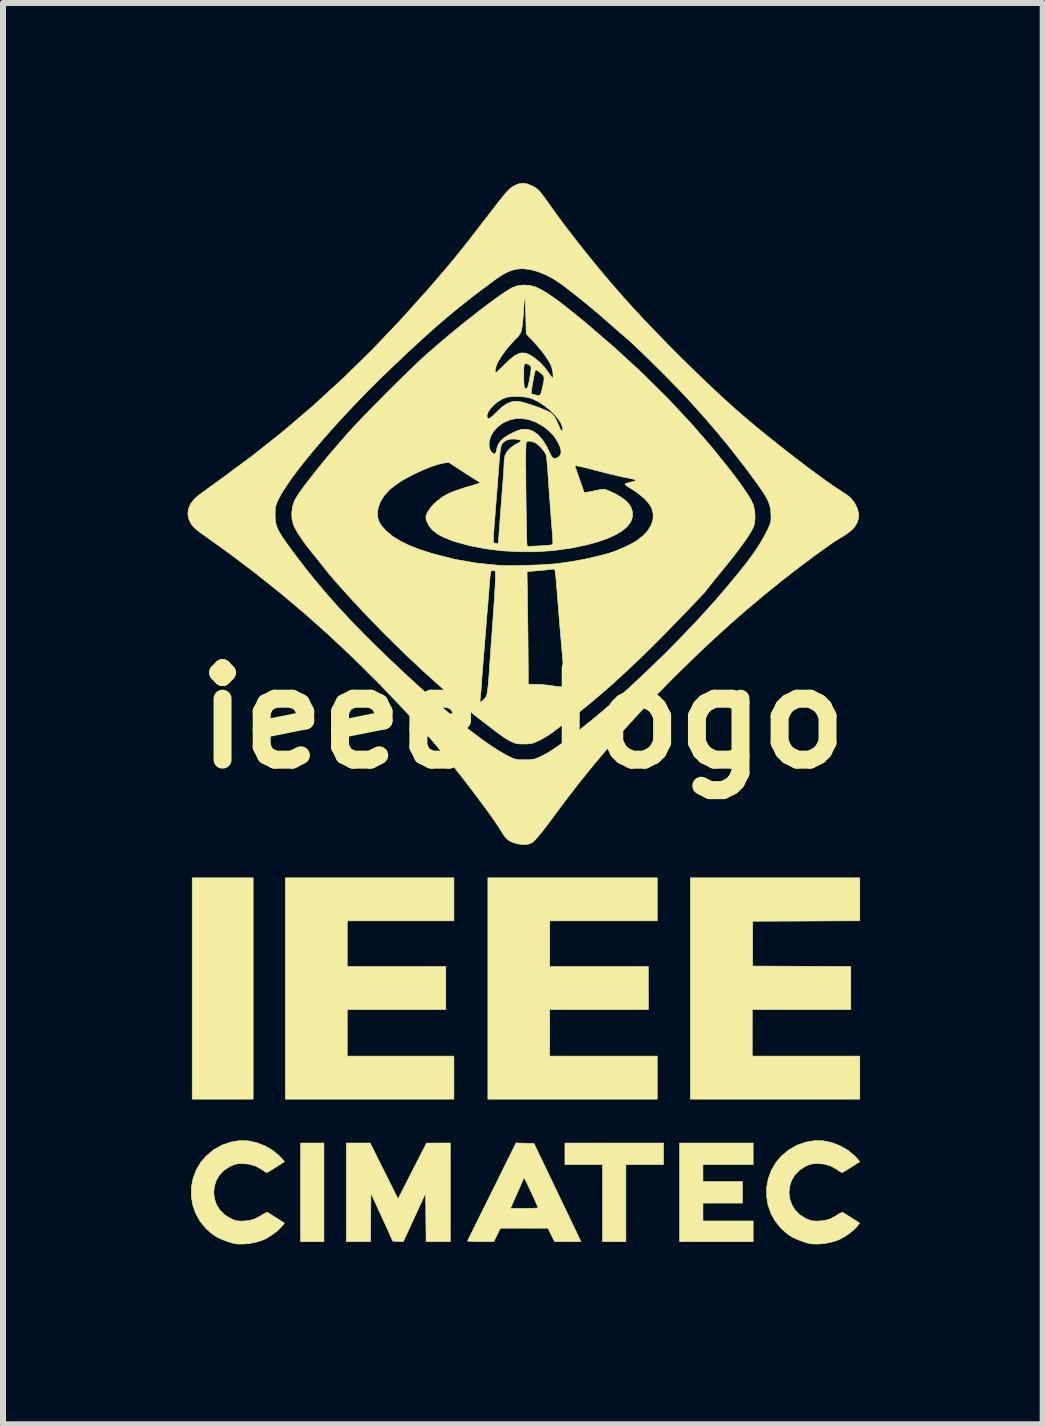
<source format=kicad_pcb>
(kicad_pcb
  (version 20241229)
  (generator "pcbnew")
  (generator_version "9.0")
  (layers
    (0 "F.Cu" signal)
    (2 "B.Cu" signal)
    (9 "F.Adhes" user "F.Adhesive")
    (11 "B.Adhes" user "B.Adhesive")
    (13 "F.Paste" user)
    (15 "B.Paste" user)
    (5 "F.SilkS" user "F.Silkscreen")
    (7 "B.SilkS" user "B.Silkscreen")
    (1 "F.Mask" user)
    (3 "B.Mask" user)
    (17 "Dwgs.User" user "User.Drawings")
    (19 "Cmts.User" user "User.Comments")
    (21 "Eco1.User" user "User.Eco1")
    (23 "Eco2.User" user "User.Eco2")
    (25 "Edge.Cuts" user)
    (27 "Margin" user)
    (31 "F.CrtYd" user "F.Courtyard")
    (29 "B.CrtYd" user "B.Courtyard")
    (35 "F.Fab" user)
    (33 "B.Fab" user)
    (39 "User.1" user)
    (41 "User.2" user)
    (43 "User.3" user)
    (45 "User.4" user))
  (footprint "ieee_logo"
    (layer "F.Cu")
    (at 5.668 8.927)
    (property "Reference" "ieee_logo" (at 0 0 0) (layer "F.SilkS") (effects (font (size 1.524 1.524) (thickness 0.3))))
    (attr through_hole)
    (fp_poly (pts (xy -4.497 6.35) (xy -5.513 6.35) (xy -5.513 2.66) (xy -4.497 2.66) (xy -4.497 6.35)) (stroke (width 0.01) (type solid)) (fill yes) (layer "F.SilkS"))
    (fp_poly (pts (xy -3.317 8.726) (xy -3.705 8.726) (xy -3.705 7.082) (xy -3.317 7.082) (xy -3.317 8.726)) (stroke (width 0.01) (type solid)) (fill yes) (layer "F.SilkS"))
    (fp_poly (pts (xy 2.346 7.441) (xy 1.718 7.441) (xy 1.718 8.726) (xy 1.33 8.726) (xy 1.33 7.441) (xy 0.702 7.441) (xy 0.702 7.082) (xy 2.346 7.082) (xy 2.346 7.441)) (stroke (width 0.01) (type solid)) (fill yes) (layer "F.SilkS"))
    (fp_poly (pts (xy -1.15 3.377) (xy -2.928 3.377) (xy -2.928 4.139) (xy -1.285 4.139) (xy -1.285 4.856) (xy -2.928 4.856) (xy -2.928 5.633) (xy -1.15 5.633) (xy -1.15 6.35) (xy -3.959 6.35) (xy -3.959 2.66) (xy -1.15 2.66) (xy -1.15 3.377)) (stroke (width 0.01) (type solid)) (fill yes) (layer "F.SilkS"))
    (fp_poly (pts (xy 2.241 3.377) (xy 0.448 3.377) (xy 0.448 4.139) (xy 2.092 4.139) (xy 2.092 4.856) (xy 0.448 4.856) (xy 0.448 5.633) (xy 2.241 5.633) (xy 2.241 6.35) (xy -0.583 6.35) (xy -0.583 2.66) (xy 2.241 2.66) (xy 2.241 3.377)) (stroke (width 0.01) (type solid)) (fill yes) (layer "F.SilkS"))
    (fp_poly (pts (xy 3.84 7.441) (xy 3.003 7.441) (xy 3.003 7.725) (xy 3.661 7.725) (xy 3.661 8.083) (xy 3.003 8.083) (xy 3.003 8.382) (xy 3.84 8.382) (xy 3.84 8.726) (xy 2.615 8.726) (xy 2.615 7.082) (xy 3.84 7.082) (xy 3.84 7.441)) (stroke (width 0.01) (type solid)) (fill yes) (layer "F.SilkS"))
    (fp_poly (pts (xy 5.618 3.376) (xy 4.725 3.38) (xy 3.832 3.384) (xy 3.832 4.131) (xy 4.65 4.135) (xy 5.468 4.139) (xy 5.468 4.856) (xy 3.825 4.856) (xy 3.825 5.633) (xy 5.618 5.633) (xy 5.618 6.35) (xy 2.794 6.35) (xy 2.794 2.66) (xy 5.618 2.66) (xy 5.618 3.376)) (stroke (width 0.01) (type solid)) (fill yes) (layer "F.SilkS"))
    (fp_poly (pts (xy -2.314 7.548) (xy -2.081 8.014) (xy -1.844 7.549) (xy -1.606 7.083) (xy -1.408 7.082) (xy -1.21 7.082) (xy -1.21 8.726) (xy -1.613 8.726) (xy -1.617 8.321) (xy -1.621 7.916) (xy -1.807 8.321) (xy -1.994 8.727) (xy -2.081 8.723) (xy -2.168 8.718) (xy -2.35 8.318) (xy -2.533 7.919) (xy -2.537 8.322) (xy -2.54 8.726) (xy -2.943 8.726) (xy -2.943 7.082) (xy -2.547 7.082) (xy -2.314 7.548)) (stroke (width 0.01) (type solid)) (fill yes) (layer "F.SilkS"))
    (fp_poly (pts (xy 0.186 7.09) (xy 0.443 7.627) (xy 0.507 7.76) (xy 0.572 7.896) (xy 0.636 8.031) (xy 0.698 8.159) (xy 0.754 8.275) (xy 0.801 8.375) (xy 0.835 8.445) (xy 0.969 8.726) (xy 0.529 8.726) (xy 0.419 8.502) (xy -0.374 8.502) (xy -0.485 8.726) (xy -0.706 8.726) (xy -0.783 8.725) (xy -0.848 8.723) (xy -0.895 8.72) (xy -0.92 8.716) (xy -0.923 8.714) (xy -0.915 8.699) (xy -0.896 8.66) (xy -0.865 8.598) (xy -0.825 8.517) (xy -0.776 8.418) (xy -0.72 8.305) (xy -0.657 8.178) (xy -0.654 8.173) (xy -0.207 8.173) (xy 0.023 8.173) (xy 0.103 8.172) (xy 0.17 8.17) (xy 0.221 8.167) (xy 0.25 8.164) (xy 0.254 8.162) (xy 0.248 8.144) (xy 0.232 8.106) (xy 0.207 8.051) (xy 0.178 7.986) (xy 0.145 7.915) (xy 0.112 7.844) (xy 0.082 7.78) (xy 0.056 7.726) (xy 0.037 7.689) (xy 0.028 7.674) (xy 0.015 7.675) (xy 0.002 7.696) (xy -0.009 7.722) (xy -0.029 7.769) (xy -0.057 7.833) (xy -0.09 7.907) (xy -0.11 7.952) (xy -0.207 8.173) (xy -0.654 8.173) (xy -0.589 8.041) (xy -0.517 7.897) (xy -0.515 7.892) (xy -0.113 7.081) (xy 0.186 7.09)) (stroke (width 0.01) (type solid)) (fill yes) (layer "F.SilkS"))
    (fp_poly (pts (xy -4.583 7.045) (xy -4.442 7.075) (xy -4.304 7.128) (xy -4.176 7.201) (xy -4.063 7.294) (xy -4.011 7.349) (xy -3.975 7.393) (xy -4.117 7.484) (xy -4.175 7.52) (xy -4.223 7.55) (xy -4.257 7.569) (xy -4.27 7.575) (xy -4.287 7.567) (xy -4.32 7.546) (xy -4.353 7.523) (xy -4.454 7.466) (xy -4.562 7.434) (xy -4.679 7.424) (xy -4.747 7.427) (xy -4.8 7.437) (xy -4.856 7.459) (xy -4.88 7.47) (xy -4.98 7.534) (xy -5.057 7.614) (xy -5.112 7.705) (xy -5.144 7.805) (xy -5.154 7.908) (xy -5.142 8.011) (xy -5.108 8.11) (xy -5.052 8.201) (xy -4.973 8.279) (xy -4.88 8.337) (xy -4.822 8.363) (xy -4.772 8.378) (xy -4.715 8.383) (xy -4.675 8.384) (xy -4.566 8.375) (xy -4.47 8.348) (xy -4.377 8.299) (xy -4.352 8.283) (xy -4.305 8.254) (xy -4.269 8.24) (xy -4.255 8.241) (xy -4.235 8.253) (xy -4.196 8.278) (xy -4.144 8.31) (xy -4.106 8.334) (xy -3.976 8.417) (xy -4.021 8.474) (xy -4.07 8.525) (xy -4.136 8.58) (xy -4.211 8.632) (xy -4.285 8.676) (xy -4.322 8.694) (xy -4.425 8.729) (xy -4.54 8.754) (xy -4.655 8.766) (xy -4.761 8.765) (xy -4.796 8.76) (xy -4.861 8.745) (xy -4.94 8.719) (xy -5.022 8.687) (xy -5.093 8.654) (xy -5.11 8.645) (xy -5.16 8.612) (xy -5.219 8.565) (xy -5.276 8.514) (xy -5.286 8.504) (xy -5.384 8.384) (xy -5.457 8.252) (xy -5.505 8.111) (xy -5.528 7.965) (xy -5.526 7.818) (xy -5.499 7.673) (xy -5.447 7.533) (xy -5.37 7.403) (xy -5.283 7.302) (xy -5.157 7.196) (xy -5.018 7.117) (xy -4.866 7.065) (xy -4.721 7.042) (xy -4.583 7.045)) (stroke (width 0.01) (type solid)) (fill yes) (layer "F.SilkS"))
    (fp_poly (pts (xy 5.01 7.045) (xy 5.151 7.075) (xy 5.288 7.128) (xy 5.417 7.201) (xy 5.529 7.294) (xy 5.581 7.349) (xy 5.618 7.393) (xy 5.475 7.484) (xy 5.417 7.52) (xy 5.369 7.55) (xy 5.335 7.569) (xy 5.322 7.575) (xy 5.305 7.567) (xy 5.272 7.546) (xy 5.239 7.523) (xy 5.138 7.466) (xy 5.03 7.434) (xy 4.913 7.424) (xy 4.846 7.427) (xy 4.792 7.437) (xy 4.736 7.459) (xy 4.712 7.47) (xy 4.613 7.534) (xy 4.535 7.614) (xy 4.481 7.705) (xy 4.448 7.805) (xy 4.438 7.908) (xy 4.45 8.011) (xy 4.484 8.11) (xy 4.541 8.201) (xy 4.619 8.279) (xy 4.712 8.337) (xy 4.77 8.363) (xy 4.821 8.378) (xy 4.878 8.383) (xy 4.917 8.384) (xy 5.026 8.375) (xy 5.122 8.348) (xy 5.216 8.299) (xy 5.24 8.283) (xy 5.287 8.254) (xy 5.323 8.24) (xy 5.337 8.241) (xy 5.357 8.253) (xy 5.396 8.278) (xy 5.448 8.31) (xy 5.486 8.334) (xy 5.616 8.417) (xy 5.571 8.474) (xy 5.523 8.525) (xy 5.456 8.58) (xy 5.382 8.632) (xy 5.307 8.676) (xy 5.27 8.694) (xy 5.167 8.729) (xy 5.053 8.754) (xy 4.937 8.766) (xy 4.831 8.765) (xy 4.796 8.76) (xy 4.731 8.745) (xy 4.652 8.719) (xy 4.571 8.687) (xy 4.499 8.654) (xy 4.482 8.645) (xy 4.432 8.612) (xy 4.373 8.565) (xy 4.317 8.514) (xy 4.306 8.504) (xy 4.208 8.384) (xy 4.135 8.252) (xy 4.087 8.111) (xy 4.064 7.965) (xy 4.066 7.818) (xy 4.093 7.673) (xy 4.146 7.533) (xy 4.223 7.403) (xy 4.309 7.302) (xy 4.435 7.196) (xy 4.574 7.117) (xy 4.726 7.065) (xy 4.871 7.042) (xy 5.01 7.045)) (stroke (width 0.01) (type solid)) (fill yes) (layer "F.SilkS"))
    (fp_poly (pts (xy 0.074 -8.911) (xy 0.161 -8.874) (xy 0.175 -8.867) (xy 0.207 -8.848) (xy 0.235 -8.829) (xy 0.261 -8.806) (xy 0.29 -8.775) (xy 0.323 -8.733) (xy 0.366 -8.676) (xy 0.42 -8.6) (xy 0.46 -8.543) (xy 0.599 -8.35) (xy 0.756 -8.141) (xy 0.926 -7.922) (xy 1.105 -7.697) (xy 1.289 -7.473) (xy 1.474 -7.253) (xy 1.65 -7.051) (xy 1.823 -6.859) (xy 2.013 -6.654) (xy 2.216 -6.441) (xy 2.428 -6.223) (xy 2.645 -6.005) (xy 2.863 -5.791) (xy 3.079 -5.584) (xy 3.286 -5.389) (xy 3.483 -5.21) (xy 3.638 -5.073) (xy 3.779 -4.953) (xy 3.93 -4.827) (xy 4.089 -4.698) (xy 4.252 -4.568) (xy 4.416 -4.439) (xy 4.579 -4.313) (xy 4.737 -4.192) (xy 4.889 -4.08) (xy 5.03 -3.977) (xy 5.159 -3.886) (xy 5.272 -3.81) (xy 5.365 -3.75) (xy 5.394 -3.733) (xy 5.466 -3.675) (xy 5.529 -3.596) (xy 5.575 -3.504) (xy 5.579 -3.492) (xy 5.599 -3.412) (xy 5.599 -3.344) (xy 5.577 -3.273) (xy 5.564 -3.244) (xy 5.533 -3.194) (xy 5.491 -3.146) (xy 5.432 -3.098) (xy 5.354 -3.044) (xy 5.259 -2.988) (xy 5.213 -2.959) (xy 5.146 -2.914) (xy 5.063 -2.855) (xy 4.967 -2.786) (xy 4.861 -2.709) (xy 4.75 -2.626) (xy 4.635 -2.54) (xy 4.522 -2.454) (xy 4.413 -2.369) (xy 4.318 -2.295) (xy 4.014 -2.049) (xy 3.723 -1.805) (xy 3.441 -1.558) (xy 3.16 -1.302) (xy 2.876 -1.034) (xy 2.582 -0.746) (xy 2.509 -0.674) (xy 2.209 -0.369) (xy 1.93 -0.076) (xy 1.668 0.21) (xy 1.419 0.493) (xy 1.179 0.778) (xy 0.943 1.07) (xy 0.709 1.374) (xy 0.558 1.576) (xy 0.467 1.699) (xy 0.391 1.799) (xy 0.329 1.88) (xy 0.279 1.943) (xy 0.237 1.992) (xy 0.204 2.028) (xy 0.175 2.055) (xy 0.151 2.074) (xy 0.143 2.079) (xy 0.086 2.099) (xy 0.011 2.105) (xy -0.072 2.097) (xy -0.146 2.078) (xy -0.212 2.05) (xy -0.264 2.012) (xy -0.311 1.959) (xy -0.35 1.898) (xy -0.401 1.816) (xy -0.469 1.715) (xy -0.551 1.598) (xy -0.645 1.469) (xy -0.749 1.329) (xy -0.859 1.184) (xy -0.973 1.035) (xy -1.089 0.887) (xy -1.204 0.742) (xy -1.316 0.604) (xy -1.422 0.477) (xy -1.52 0.362) (xy -1.576 0.298) (xy -1.989 -0.152) (xy -2.395 -0.577) (xy -2.8 -0.98) (xy -3.206 -1.363) (xy -3.616 -1.729) (xy -4.034 -2.082) (xy -4.464 -2.425) (xy -4.908 -2.76) (xy -5.356 -3.081) (xy -5.432 -3.137) (xy -5.487 -3.187) (xy -5.526 -3.236) (xy -5.557 -3.292) (xy -5.565 -3.309) (xy -5.584 -3.392) (xy -4.131 -3.392) (xy -4.129 -3.334) (xy -4.124 -3.282) (xy -4.114 -3.232) (xy -4.097 -3.181) (xy -4.072 -3.126) (xy -4.036 -3.064) (xy -3.988 -2.99) (xy -3.926 -2.902) (xy -3.849 -2.797) (xy -3.774 -2.697) (xy -3.613 -2.486) (xy -3.444 -2.277) (xy -3.267 -2.068) (xy -3.08 -1.857) (xy -2.88 -1.642) (xy -2.667 -1.421) (xy -2.437 -1.192) (xy -2.189 -0.954) (xy -1.922 -0.703) (xy -1.633 -0.439) (xy -1.442 -0.268) (xy -1.244 -0.095) (xy -1.054 0.064) (xy -0.875 0.208) (xy -0.706 0.335) (xy -0.549 0.446) (xy -0.406 0.539) (xy -0.278 0.613) (xy -0.166 0.668) (xy -0.072 0.702) (xy 0.004 0.716) (xy 0.007 0.716) (xy 0.038 0.713) (xy 0.085 0.705) (xy 0.129 0.696) (xy 0.199 0.678) (xy 0.273 0.649) (xy 0.354 0.61) (xy 0.444 0.558) (xy 0.545 0.492) (xy 0.662 0.41) (xy 0.795 0.311) (xy 0.926 0.21) (xy 1.203 -0.013) (xy 1.49 -0.257) (xy 1.784 -0.519) (xy 2.079 -0.795) (xy 2.372 -1.079) (xy 2.658 -1.369) (xy 2.933 -1.659) (xy 3.193 -1.946) (xy 3.367 -2.148) (xy 3.508 -2.316) (xy 3.63 -2.466) (xy 3.736 -2.601) (xy 3.826 -2.722) (xy 3.903 -2.833) (xy 3.968 -2.936) (xy 4.025 -3.035) (xy 4.074 -3.131) (xy 4.089 -3.162) (xy 4.115 -3.22) (xy 4.13 -3.265) (xy 4.137 -3.307) (xy 4.138 -3.36) (xy 4.136 -3.405) (xy 4.133 -3.46) (xy 4.126 -3.511) (xy 4.113 -3.561) (xy 4.095 -3.612) (xy 4.067 -3.669) (xy 4.03 -3.733) (xy 3.981 -3.808) (xy 3.919 -3.897) (xy 3.842 -4.002) (xy 3.748 -4.128) (xy 3.734 -4.148) (xy 3.575 -4.355) (xy 3.419 -4.553) (xy 3.259 -4.747) (xy 3.091 -4.944) (xy 2.909 -5.15) (xy 2.755 -5.319) (xy 2.684 -5.396) (xy 2.599 -5.485) (xy 2.504 -5.583) (xy 2.402 -5.687) (xy 2.296 -5.793) (xy 2.189 -5.899) (xy 2.085 -6.002) (xy 1.987 -6.097) (xy 1.897 -6.183) (xy 1.82 -6.256) (xy 1.757 -6.313) (xy 1.723 -6.343) (xy 1.674 -6.384) (xy 1.61 -6.439) (xy 1.537 -6.503) (xy 1.461 -6.57) (xy 1.416 -6.609) (xy 1.285 -6.724) (xy 1.136 -6.849) (xy 0.979 -6.978) (xy 0.82 -7.104) (xy 0.668 -7.221) (xy 0.665 -7.224) (xy 0.526 -7.318) (xy 0.385 -7.394) (xy 0.245 -7.45) (xy 0.112 -7.485) (xy -0.012 -7.497) (xy -0.098 -7.49) (xy -0.167 -7.474) (xy -0.234 -7.451) (xy -0.304 -7.417) (xy -0.382 -7.369) (xy -0.475 -7.305) (xy -0.508 -7.28) (xy -0.68 -7.152) (xy -0.841 -7.03) (xy -0.993 -6.91) (xy -1.141 -6.791) (xy -1.287 -6.669) (xy -1.436 -6.541) (xy -1.59 -6.404) (xy -1.753 -6.256) (xy -1.929 -6.093) (xy -2.12 -5.912) (xy -2.203 -5.833) (xy -2.399 -5.644) (xy -2.592 -5.451) (xy -2.78 -5.257) (xy -2.963 -5.063) (xy -3.139 -4.871) (xy -3.305 -4.684) (xy -3.46 -4.503) (xy -3.603 -4.33) (xy -3.732 -4.167) (xy -3.846 -4.016) (xy -3.941 -3.879) (xy -4.018 -3.757) (xy -4.074 -3.654) (xy -4.075 -3.651) (xy -4.102 -3.593) (xy -4.118 -3.548) (xy -4.127 -3.505) (xy -4.13 -3.453) (xy -4.131 -3.392) (xy -5.584 -3.392) (xy -5.585 -3.395) (xy -5.578 -3.483) (xy -5.543 -3.57) (xy -5.483 -3.65) (xy -5.443 -3.688) (xy -5.411 -3.713) (xy -5.36 -3.752) (xy -5.292 -3.802) (xy -5.212 -3.861) (xy -5.124 -3.924) (xy -5.04 -3.984) (xy -4.51 -4.377) (xy -3.995 -4.786) (xy -3.493 -5.215) (xy -3.002 -5.665) (xy -2.519 -6.138) (xy -2.043 -6.637) (xy -1.571 -7.163) (xy -1.431 -7.325) (xy -1.344 -7.427) (xy -1.266 -7.518) (xy -1.196 -7.602) (xy -1.129 -7.683) (xy -1.064 -7.763) (xy -0.996 -7.848) (xy -0.923 -7.94) (xy -0.843 -8.043) (xy -0.752 -8.161) (xy -0.647 -8.298) (xy -0.59 -8.371) (xy -0.5 -8.488) (xy -0.426 -8.584) (xy -0.365 -8.661) (xy -0.316 -8.722) (xy -0.276 -8.768) (xy -0.243 -8.804) (xy -0.215 -8.83) (xy -0.191 -8.85) (xy -0.167 -8.866) (xy -0.164 -8.868) (xy -0.082 -8.908) (xy -0.005 -8.922) (xy 0.074 -8.911)) (stroke (width 0.01) (type solid)) (fill yes) (layer "F.SilkS"))
    (fp_poly (pts (xy 0.107 -7.219) (xy 0.199 -7.196) (xy 0.202 -7.196) (xy 0.267 -7.167) (xy 0.34 -7.128) (xy 0.422 -7.077) (xy 0.517 -7.012) (xy 0.625 -6.933) (xy 0.748 -6.837) (xy 0.889 -6.724) (xy 1.05 -6.592) (xy 1.061 -6.583) (xy 1.538 -6.172) (xy 1.99 -5.756) (xy 2.415 -5.335) (xy 2.813 -4.909) (xy 3.183 -4.481) (xy 3.47 -4.121) (xy 3.585 -3.969) (xy 3.679 -3.837) (xy 3.753 -3.727) (xy 3.806 -3.639) (xy 3.838 -3.572) (xy 3.841 -3.563) (xy 3.865 -3.463) (xy 3.872 -3.351) (xy 3.863 -3.245) (xy 3.845 -3.19) (xy 3.806 -3.114) (xy 3.746 -3.018) (xy 3.664 -2.901) (xy 3.562 -2.764) (xy 3.439 -2.607) (xy 3.294 -2.429) (xy 3.287 -2.42) (xy 3.226 -2.346) (xy 3.171 -2.278) (xy 3.125 -2.221) (xy 3.091 -2.178) (xy 3.072 -2.153) (xy 3.069 -2.149) (xy 3.052 -2.127) (xy 3.017 -2.086) (xy 2.965 -2.03) (xy 2.898 -1.959) (xy 2.82 -1.877) (xy 2.733 -1.786) (xy 2.639 -1.688) (xy 2.539 -1.586) (xy 2.438 -1.482) (xy 2.337 -1.379) (xy 2.237 -1.279) (xy 2.143 -1.185) (xy 2.056 -1.099) (xy 1.978 -1.022) (xy 1.937 -0.983) (xy 1.721 -0.779) (xy 1.52 -0.595) (xy 1.33 -0.427) (xy 1.148 -0.273) (xy 0.971 -0.129) (xy 0.794 0.008) (xy 0.731 0.056) (xy 0.664 0.106) (xy 0.593 0.16) (xy 0.529 0.208) (xy 0.508 0.225) (xy 0.446 0.268) (xy 0.372 0.315) (xy 0.299 0.356) (xy 0.287 0.362) (xy 0.223 0.393) (xy 0.173 0.412) (xy 0.125 0.422) (xy 0.068 0.427) (xy 0.041 0.428) (xy -0.048 0.428) (xy -0.115 0.419) (xy -0.136 0.412) (xy -0.185 0.392) (xy -0.231 0.369) (xy -0.281 0.34) (xy -0.338 0.301) (xy -0.41 0.249) (xy -0.47 0.204) (xy -0.783 -0.036) (xy -1.084 -0.28) (xy -1.09 -0.286) (xy -0.715 -0.286) (xy -0.706 -0.272) (xy -0.684 -0.282) (xy -0.646 -0.317) (xy -0.645 -0.319) (xy -0.63 -0.335) (xy -0.618 -0.351) (xy -0.608 -0.372) (xy -0.599 -0.4) (xy -0.592 -0.437) (xy -0.585 -0.488) (xy -0.578 -0.555) (xy -0.57 -0.64) (xy -0.562 -0.747) (xy -0.553 -0.879) (xy -0.546 -0.986) (xy -0.538 -1.098) (xy -0.529 -1.231) (xy -0.518 -1.375) (xy -0.508 -1.523) (xy -0.497 -1.665) (xy -0.491 -1.748) (xy -0.483 -1.867) (xy -0.475 -1.983) (xy -0.469 -2.092) (xy -0.463 -2.187) (xy -0.46 -2.264) (xy -0.458 -2.316) (xy -0.456 -2.446) (xy 0.07 -2.446) (xy 0.08 -1.773) (xy 0.082 -1.622) (xy 0.084 -1.47) (xy 0.086 -1.322) (xy 0.087 -1.182) (xy 0.088 -1.056) (xy 0.089 -0.948) (xy 0.09 -0.863) (xy 0.09 -0.834) (xy 0.09 -0.568) (xy 0.22 -0.567) (xy 0.299 -0.564) (xy 0.384 -0.556) (xy 0.457 -0.547) (xy 0.463 -0.546) (xy 0.527 -0.536) (xy 0.588 -0.528) (xy 0.633 -0.525) (xy 0.634 -0.525) (xy 0.692 -0.523) (xy 0.682 -0.713) (xy 0.677 -0.806) (xy 0.67 -0.907) (xy 0.663 -1.002) (xy 0.658 -1.061) (xy 0.65 -1.152) (xy 0.64 -1.268) (xy 0.628 -1.406) (xy 0.615 -1.562) (xy 0.601 -1.731) (xy 0.587 -1.909) (xy 0.575 -2.062) (xy 0.565 -2.187) (xy 0.557 -2.286) (xy 0.55 -2.361) (xy 0.544 -2.416) (xy 0.538 -2.453) (xy 0.532 -2.476) (xy 0.525 -2.487) (xy 0.517 -2.49) (xy 0.51 -2.489) (xy 0.487 -2.485) (xy 0.44 -2.48) (xy 0.376 -2.473) (xy 0.3 -2.466) (xy 0.278 -2.464) (xy 0.07 -2.446) (xy -0.456 -2.446) (xy -0.456 -2.458) (xy -0.495 -2.462) (xy -0.519 -2.463) (xy -0.532 -2.452) (xy -0.54 -2.422) (xy -0.543 -2.395) (xy -0.548 -2.345) (xy -0.554 -2.278) (xy -0.56 -2.208) (xy -0.56 -2.196) (xy -0.566 -2.124) (xy -0.572 -2.036) (xy -0.58 -1.947) (xy -0.583 -1.905) (xy -0.589 -1.835) (xy -0.597 -1.744) (xy -0.605 -1.64) (xy -0.614 -1.533) (xy -0.62 -1.449) (xy -0.629 -1.345) (xy -0.637 -1.237) (xy -0.646 -1.136) (xy -0.653 -1.048) (xy -0.658 -0.994) (xy -0.664 -0.915) (xy -0.672 -0.818) (xy -0.68 -0.714) (xy -0.687 -0.616) (xy -0.687 -0.605) (xy -0.693 -0.521) (xy -0.699 -0.444) (xy -0.705 -0.379) (xy -0.71 -0.335) (xy -0.712 -0.325) (xy -0.715 -0.286) (xy -1.09 -0.286) (xy -1.378 -0.532) (xy -1.672 -0.797) (xy -1.971 -1.078) (xy -2.278 -1.381) (xy -2.279 -1.381) (xy -2.41 -1.515) (xy -2.544 -1.653) (xy -2.678 -1.793) (xy -2.807 -1.932) (xy -2.931 -2.067) (xy -3.045 -2.194) (xy -3.146 -2.309) (xy -3.233 -2.411) (xy -3.301 -2.495) (xy -3.308 -2.505) (xy -3.349 -2.556) (xy -3.401 -2.622) (xy -3.458 -2.693) (xy -3.508 -2.754) (xy -3.606 -2.878) (xy -3.69 -2.994) (xy -3.758 -3.097) (xy -3.807 -3.186) (xy -3.825 -3.227) (xy -3.849 -3.322) (xy -3.853 -3.414) (xy -2.424 -3.414) (xy -2.417 -3.338) (xy -2.395 -3.271) (xy -2.353 -3.205) (xy -2.289 -3.134) (xy -2.269 -3.114) (xy -2.167 -3.031) (xy -2.041 -2.954) (xy -1.889 -2.88) (xy -1.711 -2.811) (xy -1.504 -2.745) (xy -1.497 -2.743) (xy -1.131 -2.65) (xy -0.761 -2.586) (xy -0.393 -2.55) (xy -0.381 -2.549) (xy -0.297 -2.547) (xy -0.19 -2.546) (xy -0.068 -2.547) (xy 0.062 -2.55) (xy 0.194 -2.555) (xy 0.32 -2.56) (xy 0.433 -2.567) (xy 0.527 -2.575) (xy 0.56 -2.578) (xy 0.805 -2.612) (xy 1.037 -2.654) (xy 1.27 -2.708) (xy 1.443 -2.754) (xy 1.515 -2.778) (xy 1.603 -2.813) (xy 1.697 -2.854) (xy 1.787 -2.898) (xy 1.863 -2.939) (xy 1.894 -2.958) (xy 2.002 -3.041) (xy 2.084 -3.129) (xy 2.141 -3.222) (xy 2.171 -3.317) (xy 2.173 -3.412) (xy 2.148 -3.505) (xy 2.138 -3.525) (xy 2.09 -3.596) (xy 2.02 -3.67) (xy 1.933 -3.744) (xy 1.835 -3.811) (xy 1.821 -3.82) (xy 1.769 -3.851) (xy 1.729 -3.878) (xy 1.706 -3.897) (xy 1.703 -3.901) (xy 1.71 -3.91) (xy 1.734 -3.92) (xy 1.778 -3.933) (xy 1.847 -3.95) (xy 1.858 -3.953) (xy 1.884 -3.963) (xy 1.883 -3.973) (xy 1.855 -3.984) (xy 1.799 -3.998) (xy 1.771 -4.003) (xy 1.686 -4.02) (xy 1.599 -4.039) (xy 1.503 -4.062) (xy 1.392 -4.089) (xy 1.26 -4.123) (xy 1.21 -4.135) (xy 1.101 -4.164) (xy 1.017 -4.185) (xy 0.955 -4.199) (xy 0.913 -4.208) (xy 0.887 -4.211) (xy 0.873 -4.21) (xy 0.869 -4.203) (xy 0.872 -4.193) (xy 0.874 -4.189) (xy 0.883 -4.165) (xy 0.899 -4.119) (xy 0.921 -4.057) (xy 0.947 -3.984) (xy 0.954 -3.962) (xy 1.023 -3.763) (xy 1.076 -3.771) (xy 1.117 -3.778) (xy 1.174 -3.789) (xy 1.237 -3.802) (xy 1.24 -3.803) (xy 1.298 -3.815) (xy 1.337 -3.82) (xy 1.369 -3.817) (xy 1.403 -3.806) (xy 1.434 -3.793) (xy 1.553 -3.738) (xy 1.653 -3.677) (xy 1.733 -3.613) (xy 1.787 -3.548) (xy 1.799 -3.528) (xy 1.828 -3.441) (xy 1.829 -3.358) (xy 1.8 -3.277) (xy 1.744 -3.201) (xy 1.66 -3.129) (xy 1.549 -3.062) (xy 1.412 -2.999) (xy 1.248 -2.942) (xy 1.06 -2.891) (xy 0.846 -2.845) (xy 0.769 -2.832) (xy 0.498 -2.796) (xy 0.218 -2.777) (xy -0.065 -2.777) (xy -0.346 -2.793) (xy -0.618 -2.827) (xy -0.878 -2.876) (xy -1.119 -2.942) (xy -1.187 -2.965) (xy -1.216 -2.977) (xy -0.491 -2.977) (xy -0.49 -2.951) (xy -0.488 -2.937) (xy -0.488 -2.937) (xy -0.468 -2.919) (xy -0.444 -2.914) (xy -0.409 -2.914) (xy -0.383 -3.276) (xy -0.374 -3.398) (xy -0.364 -3.528) (xy -0.354 -3.659) (xy -0.345 -3.78) (xy -0.337 -3.883) (xy -0.335 -3.904) (xy -0.328 -3.997) (xy -0.322 -4.087) (xy -0.317 -4.165) (xy -0.314 -4.226) (xy -0.313 -4.245) (xy 0.048 -4.245) (xy 0.049 -4.106) (xy 0.05 -3.94) (xy 0.052 -3.762) (xy 0.054 -3.607) (xy 0.056 -3.46) (xy 0.058 -3.324) (xy 0.06 -3.202) (xy 0.062 -3.096) (xy 0.064 -3.011) (xy 0.066 -2.948) (xy 0.068 -2.91) (xy 0.069 -2.9) (xy 0.076 -2.865) (xy 0.281 -2.875) (xy 0.356 -2.88) (xy 0.421 -2.885) (xy 0.469 -2.89) (xy 0.494 -2.895) (xy 0.496 -2.896) (xy 0.499 -2.914) (xy 0.5 -2.956) (xy 0.497 -3.015) (xy 0.492 -3.085) (xy 0.492 -3.086) (xy 0.474 -3.309) (xy 0.458 -3.524) (xy 0.443 -3.726) (xy 0.43 -3.91) (xy 0.42 -4.069) (xy 0.419 -4.086) (xy 0.412 -4.175) (xy 0.405 -4.256) (xy 0.398 -4.324) (xy 0.391 -4.374) (xy 0.387 -4.393) (xy 0.363 -4.438) (xy 0.324 -4.491) (xy 0.276 -4.542) (xy 0.229 -4.581) (xy 0.209 -4.593) (xy 0.154 -4.615) (xy 0.104 -4.623) (xy 0.068 -4.616) (xy 0.06 -4.61) (xy 0.056 -4.597) (xy 0.053 -4.567) (xy 0.051 -4.518) (xy 0.049 -4.449) (xy 0.048 -4.359) (xy 0.048 -4.245) (xy -0.313 -4.245) (xy -0.313 -4.255) (xy -0.309 -4.313) (xy -0.3 -4.367) (xy -0.294 -4.39) (xy -0.258 -4.453) (xy -0.199 -4.514) (xy -0.126 -4.566) (xy -0.091 -4.584) (xy -0.047 -4.607) (xy -0.03 -4.625) (xy -0.04 -4.638) (xy -0.079 -4.649) (xy -0.135 -4.657) (xy -0.213 -4.655) (xy -0.282 -4.634) (xy -0.334 -4.595) (xy -0.354 -4.566) (xy -0.365 -4.531) (xy -0.376 -4.469) (xy -0.386 -4.379) (xy -0.396 -4.261) (xy -0.397 -4.244) (xy -0.406 -4.128) (xy -0.416 -3.996) (xy -0.426 -3.861) (xy -0.436 -3.736) (xy -0.44 -3.69) (xy -0.454 -3.517) (xy -0.465 -3.37) (xy -0.475 -3.249) (xy -0.482 -3.152) (xy -0.487 -3.075) (xy -0.489 -3.018) (xy -0.491 -2.977) (xy -1.216 -2.977) (xy -1.318 -3.017) (xy -1.422 -3.073) (xy -1.502 -3.134) (xy -1.561 -3.203) (xy -1.602 -3.283) (xy -1.615 -3.322) (xy -1.615 -3.372) (xy -1.592 -3.432) (xy -1.549 -3.498) (xy -1.491 -3.566) (xy -1.419 -3.631) (xy -1.339 -3.691) (xy -1.253 -3.741) (xy -1.246 -3.744) (xy -1.187 -3.77) (xy -1.108 -3.799) (xy -1.021 -3.829) (xy -0.935 -3.856) (xy -0.929 -3.857) (xy -0.855 -3.879) (xy -0.793 -3.898) (xy -0.747 -3.912) (xy -0.722 -3.921) (xy -0.719 -3.923) (xy -0.716 -3.927) (xy -0.717 -3.932) (xy -0.728 -3.941) (xy -0.752 -3.957) (xy -0.794 -3.983) (xy -0.852 -4.019) (xy -0.925 -4.065) (xy -1.008 -4.119) (xy -1.086 -4.17) (xy -1.108 -4.184) (xy -1.237 -4.269) (xy -1.321 -4.256) (xy -1.411 -4.235) (xy -1.518 -4.2) (xy -1.637 -4.153) (xy -1.762 -4.097) (xy -1.887 -4.035) (xy -2.005 -3.969) (xy -2.099 -3.909) (xy -2.217 -3.818) (xy -2.309 -3.718) (xy -2.375 -3.614) (xy -2.414 -3.505) (xy -2.424 -3.414) (xy -3.853 -3.414) (xy -3.853 -3.428) (xy -3.839 -3.535) (xy -3.806 -3.631) (xy -3.773 -3.689) (xy -3.722 -3.767) (xy -3.653 -3.863) (xy -3.569 -3.973) (xy -3.472 -4.097) (xy -3.363 -4.232) (xy -3.244 -4.376) (xy -3.116 -4.526) (xy -3.101 -4.543) (xy -0.563 -4.543) (xy -0.549 -4.482) (xy -0.522 -4.436) (xy -0.485 -4.411) (xy -0.465 -4.408) (xy -0.454 -4.421) (xy -0.444 -4.454) (xy -0.44 -4.473) (xy -0.416 -4.556) (xy -0.37 -4.626) (xy -0.311 -4.678) (xy -0.238 -4.725) (xy -0.158 -4.767) (xy -0.079 -4.8) (xy -0.012 -4.819) (xy -0.006 -4.82) (xy 0.084 -4.818) (xy 0.17 -4.788) (xy 0.252 -4.73) (xy 0.328 -4.643) (xy 0.399 -4.53) (xy 0.426 -4.475) (xy 0.456 -4.412) (xy 0.478 -4.37) (xy 0.496 -4.347) (xy 0.513 -4.336) (xy 0.532 -4.333) (xy 0.537 -4.333) (xy 0.583 -4.346) (xy 0.613 -4.374) (xy 0.634 -4.414) (xy 0.637 -4.461) (xy 0.622 -4.52) (xy 0.588 -4.597) (xy 0.587 -4.6) (xy 0.52 -4.705) (xy 0.431 -4.799) (xy 0.326 -4.878) (xy 0.21 -4.941) (xy 0.089 -4.983) (xy -0.032 -5.001) (xy -0.102 -5) (xy -0.214 -4.977) (xy -0.318 -4.933) (xy -0.409 -4.87) (xy -0.482 -4.793) (xy -0.535 -4.704) (xy -0.561 -4.614) (xy -0.563 -4.543) (xy -3.101 -4.543) (xy -2.981 -4.681) (xy -2.913 -4.759) (xy -2.843 -4.836) (xy -2.754 -4.931) (xy -2.651 -5.039) (xy -2.644 -5.046) (xy -0.598 -5.046) (xy -0.593 -5.01) (xy -0.577 -4.996) (xy -0.548 -5.005) (xy -0.506 -5.038) (xy -0.448 -5.094) (xy -0.442 -5.1) (xy -0.355 -5.183) (xy -0.275 -5.24) (xy -0.199 -5.274) (xy -0.121 -5.286) (xy -0.075 -5.284) (xy -0.021 -5.274) (xy 0.05 -5.255) (xy 0.133 -5.229) (xy 0.221 -5.199) (xy 0.306 -5.167) (xy 0.381 -5.135) (xy 0.44 -5.107) (xy 0.472 -5.088) (xy 0.498 -5.065) (xy 0.521 -5.036) (xy 0.545 -4.997) (xy 0.572 -4.942) (xy 0.606 -4.866) (xy 0.619 -4.833) (xy 0.64 -4.797) (xy 0.657 -4.79) (xy 0.665 -4.81) (xy 0.663 -4.845) (xy 0.638 -4.915) (xy 0.59 -4.991) (xy 0.524 -5.07) (xy 0.443 -5.147) (xy 0.354 -5.217) (xy 0.259 -5.278) (xy 0.165 -5.324) (xy 0.112 -5.342) (xy 0.034 -5.358) (xy -0.059 -5.366) (xy -0.154 -5.366) (xy -0.239 -5.358) (xy -0.279 -5.35) (xy -0.346 -5.323) (xy -0.415 -5.281) (xy -0.48 -5.228) (xy -0.535 -5.171) (xy -0.576 -5.113) (xy -0.596 -5.061) (xy -0.598 -5.046) (xy -2.644 -5.046) (xy -2.536 -5.157) (xy -2.414 -5.281) (xy -2.287 -5.409) (xy -2.276 -5.42) (xy 0.139 -5.42) (xy 0.14 -5.413) (xy 0.159 -5.405) (xy 0.196 -5.395) (xy 0.24 -5.386) (xy 0.279 -5.381) (xy 0.291 -5.393) (xy 0.305 -5.428) (xy 0.319 -5.479) (xy 0.319 -5.48) (xy 0.338 -5.563) (xy 0.35 -5.623) (xy 0.354 -5.665) (xy 0.351 -5.695) (xy 0.339 -5.717) (xy 0.319 -5.739) (xy 0.298 -5.757) (xy 0.255 -5.792) (xy 0.229 -5.808) (xy 0.214 -5.807) (xy 0.205 -5.789) (xy 0.204 -5.786) (xy 0.194 -5.746) (xy 0.182 -5.691) (xy 0.17 -5.626) (xy 0.158 -5.561) (xy 0.149 -5.5) (xy 0.142 -5.45) (xy 0.139 -5.42) (xy -2.276 -5.42) (xy -2.159 -5.537) (xy -2.034 -5.661) (xy -1.975 -5.718) (xy 0.015 -5.718) (xy 0.016 -5.619) (xy 0.021 -5.55) (xy 0.028 -5.51) (xy 0.033 -5.502) (xy 0.055 -5.492) (xy 0.076 -5.512) (xy 0.093 -5.561) (xy 0.103 -5.607) (xy 0.12 -5.701) (xy 0.131 -5.77) (xy 0.137 -5.818) (xy 0.137 -5.85) (xy 0.133 -5.871) (xy 0.122 -5.883) (xy 0.107 -5.893) (xy 0.103 -5.895) (xy 0.069 -5.911) (xy 0.045 -5.918) (xy 0.03 -5.91) (xy 0.021 -5.885) (xy 0.016 -5.839) (xy 0.015 -5.769) (xy 0.015 -5.718) (xy -1.975 -5.718) (xy -1.914 -5.777) (xy -1.899 -5.792) (xy -0.461 -5.792) (xy -0.461 -5.763) (xy -0.459 -5.758) (xy -0.446 -5.765) (xy -0.417 -5.79) (xy -0.375 -5.829) (xy -0.324 -5.878) (xy -0.311 -5.891) (xy -0.223 -5.976) (xy -0.147 -6.038) (xy -0.08 -6.076) (xy -0.018 -6.093) (xy 0.042 -6.089) (xy 0.105 -6.066) (xy 0.174 -6.023) (xy 0.183 -6.017) (xy 0.284 -5.936) (xy 0.366 -5.848) (xy 0.432 -5.756) (xy 0.461 -5.715) (xy 0.485 -5.687) (xy 0.497 -5.678) (xy 0.504 -5.691) (xy 0.504 -5.728) (xy 0.502 -5.755) (xy 0.491 -5.811) (xy 0.477 -5.865) (xy 0.47 -5.883) (xy 0.436 -5.95) (xy 0.383 -6.031) (xy 0.318 -6.12) (xy 0.243 -6.21) (xy 0.181 -6.278) (xy 0.057 -6.41) (xy 0.048 -6.724) (xy 0.046 -6.816) (xy 0.043 -6.898) (xy 0.04 -6.963) (xy 0.036 -7.008) (xy 0.034 -7.029) (xy 0.033 -7.03) (xy 0.029 -7.014) (xy 0.025 -6.972) (xy 0.02 -6.913) (xy 0.015 -6.839) (xy 0.013 -6.81) (xy 0.008 -6.723) (xy 0.000103 -6.638) (xy -0.008 -6.564) (xy -0.016 -6.509) (xy -0.017 -6.502) (xy -0.027 -6.458) (xy -0.039 -6.424) (xy -0.058 -6.393) (xy -0.088 -6.357) (xy -0.135 -6.309) (xy -0.15 -6.293) (xy -0.221 -6.216) (xy -0.289 -6.133) (xy -0.35 -6.047) (xy -0.401 -5.966) (xy -0.437 -5.895) (xy -0.456 -5.838) (xy -0.457 -5.834) (xy -0.461 -5.792) (xy -1.899 -5.792) (xy -1.805 -5.883) (xy -1.708 -5.975) (xy -1.627 -6.049) (xy -1.614 -6.061) (xy -1.476 -6.181) (xy -1.332 -6.304) (xy -1.185 -6.427) (xy -1.037 -6.549) (xy -0.89 -6.666) (xy -0.749 -6.777) (xy -0.614 -6.88) (xy -0.49 -6.972) (xy -0.378 -7.052) (xy -0.282 -7.117) (xy -0.203 -7.166) (xy -0.172 -7.183) (xy -0.089 -7.212) (xy 0.007 -7.224) (xy 0.107 -7.219)) (stroke (width 0.01) (type solid)) (fill yes) (layer "F.SilkS")))
  (gr_rect
    (start -3 -3)
    (end 14.336 20.698)
    (stroke (width 0.1) (type default))
    (fill no)
    (layer "Edge.Cuts")))
</source>
